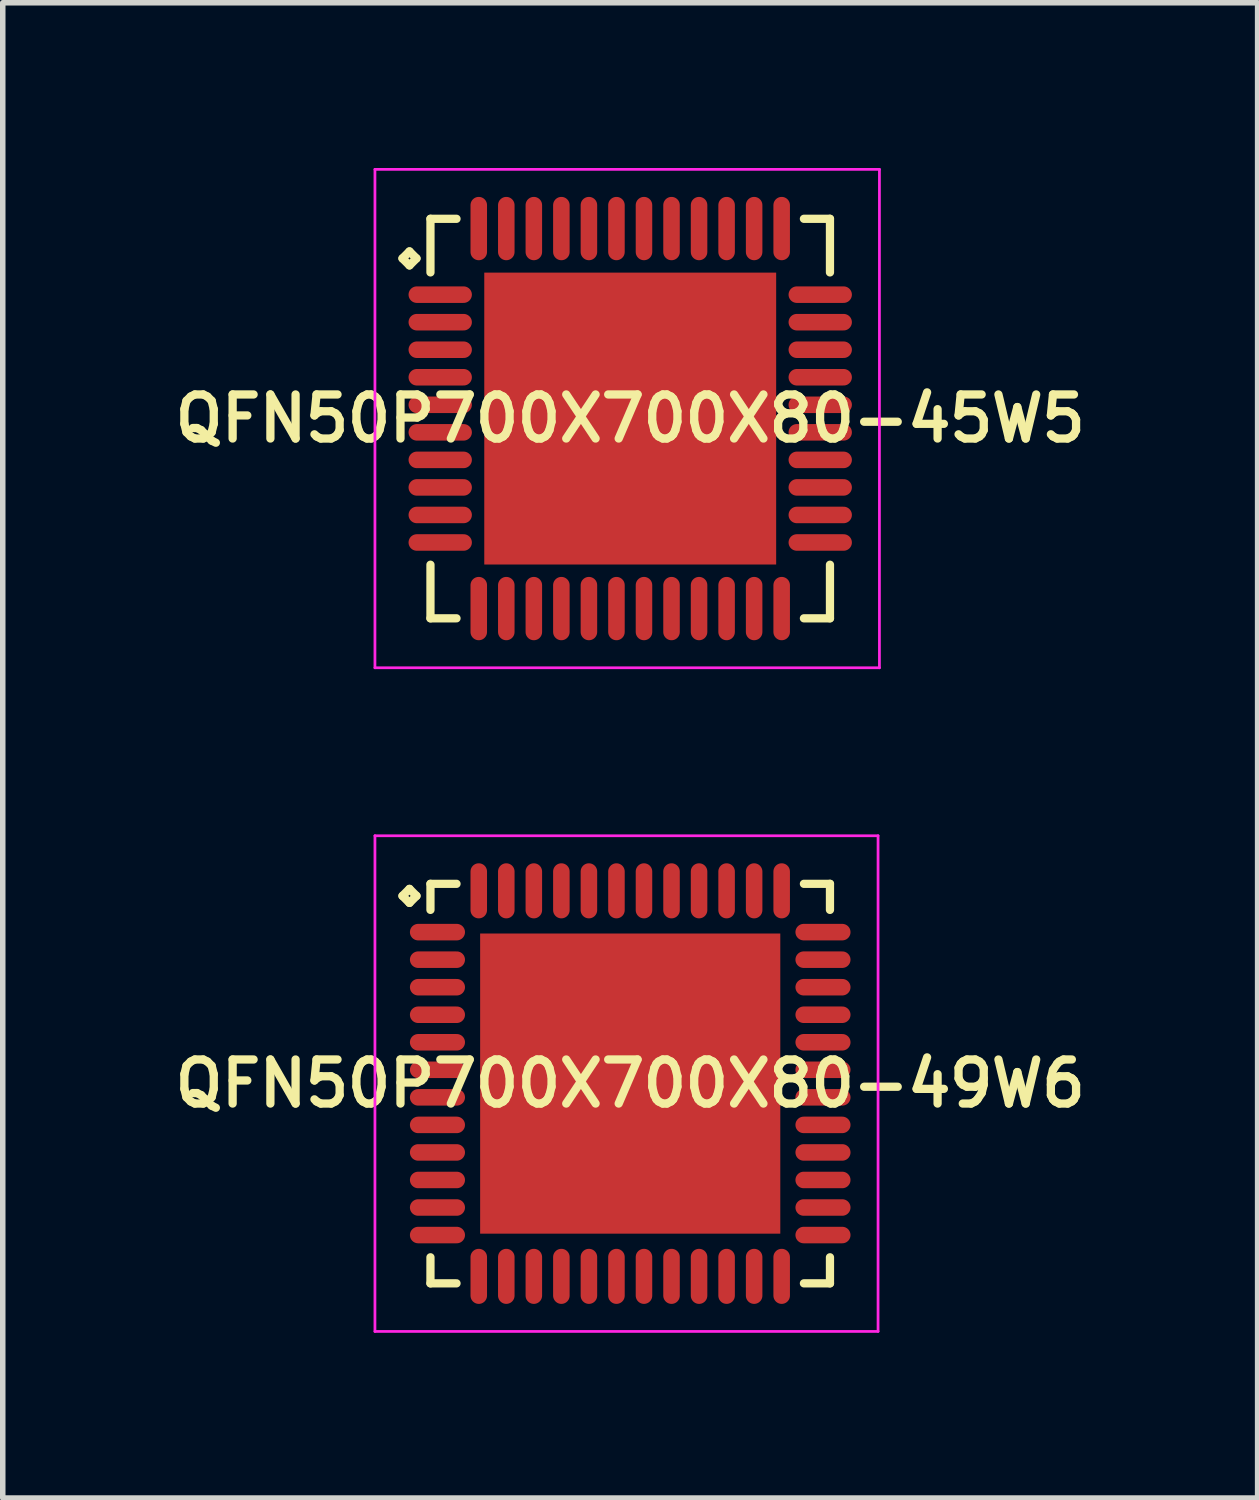
<source format=kicad_pcb>
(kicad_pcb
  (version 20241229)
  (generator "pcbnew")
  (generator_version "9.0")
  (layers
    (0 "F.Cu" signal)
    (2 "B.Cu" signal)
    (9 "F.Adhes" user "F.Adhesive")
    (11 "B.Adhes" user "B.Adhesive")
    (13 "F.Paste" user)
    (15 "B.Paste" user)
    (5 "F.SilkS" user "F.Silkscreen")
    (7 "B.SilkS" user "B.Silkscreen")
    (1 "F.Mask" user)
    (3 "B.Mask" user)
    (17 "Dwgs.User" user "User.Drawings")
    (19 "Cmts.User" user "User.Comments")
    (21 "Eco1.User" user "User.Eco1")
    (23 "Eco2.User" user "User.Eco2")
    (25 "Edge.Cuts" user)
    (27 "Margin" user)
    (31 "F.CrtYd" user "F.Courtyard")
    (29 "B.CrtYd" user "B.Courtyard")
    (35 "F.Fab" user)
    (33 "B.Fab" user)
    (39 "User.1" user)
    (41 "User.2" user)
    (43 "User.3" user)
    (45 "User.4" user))
  (footprint "QFN50P700X700X80-45W5"
    (layer "F.Cu")
    (at 8.393 4.55)
    (property "Reference" "QFN50P700X700X80-45W5" (at 0 0 0) (layer "F.SilkS") (effects (font (size 0.8 0.8) (thickness 0.15))))
    (attr smd)
    (fp_line (start -4.135 -2.908) (end -4.008 -3.035) (stroke (width 0.15) (type solid)) (layer "F.SilkS"))
    (fp_line (start -4.008 -3.035) (end -3.881 -2.908) (stroke (width 0.15) (type solid)) (layer "F.SilkS"))
    (fp_line (start -4.008 -2.781) (end -4.135 -2.908) (stroke (width 0.15) (type solid)) (layer "F.SilkS"))
    (fp_line (start -3.881 -2.908) (end -4.008 -2.781) (stroke (width 0.15) (type solid)) (layer "F.SilkS"))
    (fp_line (start -3.627 -3.627) (end -3.154 -3.627) (stroke (width 0.15) (type solid)) (layer "F.SilkS"))
    (fp_line (start -3.627 -2.654) (end -3.627 -3.627) (stroke (width 0.15) (type solid)) (layer "F.SilkS"))
    (fp_line (start -3.627 2.654) (end -3.627 3.627) (stroke (width 0.15) (type solid)) (layer "F.SilkS"))
    (fp_line (start -3.627 3.627) (end -3.154 3.627) (stroke (width 0.15) (type solid)) (layer "F.SilkS"))
    (fp_line (start 3.154 -3.627) (end 3.627 -3.627) (stroke (width 0.15) (type solid)) (layer "F.SilkS"))
    (fp_line (start 3.154 3.627) (end 3.627 3.627) (stroke (width 0.15) (type solid)) (layer "F.SilkS"))
    (fp_line (start 3.627 -3.627) (end 3.627 -2.654) (stroke (width 0.15) (type solid)) (layer "F.SilkS"))
    (fp_line (start 3.627 3.627) (end 3.627 2.654) (stroke (width 0.15) (type solid)) (layer "F.SilkS"))
    (fp_line (start -4.635 -4.525) (end 4.525 -4.525) (stroke (width 0.05) (type solid)) (layer "F.CrtYd"))
    (fp_line (start -4.635 4.525) (end -4.635 -4.525) (stroke (width 0.05) (type solid)) (layer "F.CrtYd"))
    (fp_line (start 4.525 -4.525) (end 4.525 4.525) (stroke (width 0.05) (type solid)) (layer "F.CrtYd"))
    (fp_line (start 4.525 4.525) (end -4.635 4.525) (stroke (width 0.05) (type solid)) (layer "F.CrtYd"))
    (pad "1" smd oval (at -3.45 -2.25) (size 1.15 0.3) (layers "F.Cu" "F.Mask" "F.Paste"))
    (pad "2" smd oval (at -3.45 -1.75) (size 1.15 0.3) (layers "F.Cu" "F.Mask" "F.Paste"))
    (pad "3" smd oval (at -3.45 -1.25) (size 1.15 0.3) (layers "F.Cu" "F.Mask" "F.Paste"))
    (pad "4" smd oval (at -3.45 -0.75) (size 1.15 0.3) (layers "F.Cu" "F.Mask" "F.Paste"))
    (pad "5" smd oval (at -3.45 -0.25) (size 1.15 0.3) (layers "F.Cu" "F.Mask" "F.Paste"))
    (pad "6" smd oval (at -3.45 0.25) (size 1.15 0.3) (layers "F.Cu" "F.Mask" "F.Paste"))
    (pad "7" smd oval (at -3.45 0.75) (size 1.15 0.3) (layers "F.Cu" "F.Mask" "F.Paste"))
    (pad "8" smd oval (at -3.45 1.25) (size 1.15 0.3) (layers "F.Cu" "F.Mask" "F.Paste"))
    (pad "9" smd oval (at -3.45 1.75) (size 1.15 0.3) (layers "F.Cu" "F.Mask" "F.Paste"))
    (pad "10" smd oval (at -3.45 2.25) (size 1.15 0.3) (layers "F.Cu" "F.Mask" "F.Paste"))
    (pad "11" smd oval (at -2.75 3.45) (size 0.3 1.15) (layers "F.Cu" "F.Mask" "F.Paste"))
    (pad "12" smd oval (at -2.25 3.45) (size 0.3 1.15) (layers "F.Cu" "F.Mask" "F.Paste"))
    (pad "13" smd oval (at -1.75 3.45) (size 0.3 1.15) (layers "F.Cu" "F.Mask" "F.Paste"))
    (pad "14" smd oval (at -1.25 3.45) (size 0.3 1.15) (layers "F.Cu" "F.Mask" "F.Paste"))
    (pad "15" smd oval (at -0.75 3.45) (size 0.3 1.15) (layers "F.Cu" "F.Mask" "F.Paste"))
    (pad "16" smd oval (at -0.25 3.45) (size 0.3 1.15) (layers "F.Cu" "F.Mask" "F.Paste"))
    (pad "17" smd oval (at 0.25 3.45) (size 0.3 1.15) (layers "F.Cu" "F.Mask" "F.Paste"))
    (pad "18" smd oval (at 0.75 3.45) (size 0.3 1.15) (layers "F.Cu" "F.Mask" "F.Paste"))
    (pad "19" smd oval (at 1.25 3.45) (size 0.3 1.15) (layers "F.Cu" "F.Mask" "F.Paste"))
    (pad "20" smd oval (at 1.75 3.45) (size 0.3 1.15) (layers "F.Cu" "F.Mask" "F.Paste"))
    (pad "21" smd oval (at 2.25 3.45) (size 0.3 1.15) (layers "F.Cu" "F.Mask" "F.Paste"))
    (pad "22" smd oval (at 2.75 3.45) (size 0.3 1.15) (layers "F.Cu" "F.Mask" "F.Paste"))
    (pad "23" smd oval (at 3.45 2.25) (size 1.15 0.3) (layers "F.Cu" "F.Mask" "F.Paste"))
    (pad "24" smd oval (at 3.45 1.75) (size 1.15 0.3) (layers "F.Cu" "F.Mask" "F.Paste"))
    (pad "25" smd oval (at 3.45 1.25) (size 1.15 0.3) (layers "F.Cu" "F.Mask" "F.Paste"))
    (pad "26" smd oval (at 3.45 0.75) (size 1.15 0.3) (layers "F.Cu" "F.Mask" "F.Paste"))
    (pad "27" smd oval (at 3.45 0.25) (size 1.15 0.3) (layers "F.Cu" "F.Mask" "F.Paste"))
    (pad "28" smd oval (at 3.45 -0.25) (size 1.15 0.3) (layers "F.Cu" "F.Mask" "F.Paste"))
    (pad "29" smd oval (at 3.45 -0.75) (size 1.15 0.3) (layers "F.Cu" "F.Mask" "F.Paste"))
    (pad "30" smd oval (at 3.45 -1.25) (size 1.15 0.3) (layers "F.Cu" "F.Mask" "F.Paste"))
    (pad "31" smd oval (at 3.45 -1.75) (size 1.15 0.3) (layers "F.Cu" "F.Mask" "F.Paste"))
    (pad "32" smd oval (at 3.45 -2.25) (size 1.15 0.3) (layers "F.Cu" "F.Mask" "F.Paste"))
    (pad "33" smd oval (at 2.75 -3.45) (size 0.3 1.15) (layers "F.Cu" "F.Mask" "F.Paste"))
    (pad "34" smd oval (at 2.25 -3.45) (size 0.3 1.15) (layers "F.Cu" "F.Mask" "F.Paste"))
    (pad "35" smd oval (at 1.75 -3.45) (size 0.3 1.15) (layers "F.Cu" "F.Mask" "F.Paste"))
    (pad "36" smd oval (at 1.25 -3.45) (size 0.3 1.15) (layers "F.Cu" "F.Mask" "F.Paste"))
    (pad "37" smd oval (at 0.75 -3.45) (size 0.3 1.15) (layers "F.Cu" "F.Mask" "F.Paste"))
    (pad "38" smd oval (at 0.25 -3.45) (size 0.3 1.15) (layers "F.Cu" "F.Mask" "F.Paste"))
    (pad "39" smd oval (at -0.25 -3.45) (size 0.3 1.15) (layers "F.Cu" "F.Mask" "F.Paste"))
    (pad "40" smd oval (at -0.75 -3.45) (size 0.3 1.15) (layers "F.Cu" "F.Mask" "F.Paste"))
    (pad "41" smd oval (at -1.25 -3.45) (size 0.3 1.15) (layers "F.Cu" "F.Mask" "F.Paste"))
    (pad "42" smd oval (at -1.75 -3.45) (size 0.3 1.15) (layers "F.Cu" "F.Mask" "F.Paste"))
    (pad "43" smd oval (at -2.25 -3.45) (size 0.3 1.15) (layers "F.Cu" "F.Mask" "F.Paste"))
    (pad "44" smd oval (at -2.75 -3.45) (size 0.3 1.15) (layers "F.Cu" "F.Mask" "F.Paste"))
    (pad "45" smd rect (at 0 0) (size 5.3 5.3) (layers "F.Cu" "F.Mask" "F.Paste")))
  (footprint "QFN50P700X700X80-49W6"
    (layer "F.Cu")
    (at 8.393 16.625)
    (property "Reference" "QFN50P700X700X80-49W6" (at 0 0 0) (layer "F.SilkS") (effects (font (size 0.8 0.8) (thickness 0.15))))
    (attr smd)
    (fp_line (start -4.135 -3.408) (end -4.008 -3.535) (stroke (width 0.15) (type solid)) (layer "F.SilkS"))
    (fp_line (start -4.008 -3.535) (end -3.881 -3.408) (stroke (width 0.15) (type solid)) (layer "F.SilkS"))
    (fp_line (start -4.008 -3.281) (end -4.135 -3.408) (stroke (width 0.15) (type solid)) (layer "F.SilkS"))
    (fp_line (start -3.881 -3.408) (end -4.008 -3.281) (stroke (width 0.15) (type solid)) (layer "F.SilkS"))
    (fp_line (start -3.627 -3.627) (end -3.154 -3.627) (stroke (width 0.15) (type solid)) (layer "F.SilkS"))
    (fp_line (start -3.627 -3.154) (end -3.627 -3.627) (stroke (width 0.15) (type solid)) (layer "F.SilkS"))
    (fp_line (start -3.627 3.154) (end -3.627 3.627) (stroke (width 0.15) (type solid)) (layer "F.SilkS"))
    (fp_line (start -3.627 3.627) (end -3.154 3.627) (stroke (width 0.15) (type solid)) (layer "F.SilkS"))
    (fp_line (start 3.154 -3.627) (end 3.627 -3.627) (stroke (width 0.15) (type solid)) (layer "F.SilkS"))
    (fp_line (start 3.154 3.627) (end 3.627 3.627) (stroke (width 0.15) (type solid)) (layer "F.SilkS"))
    (fp_line (start 3.627 -3.627) (end 3.627 -3.154) (stroke (width 0.15) (type solid)) (layer "F.SilkS"))
    (fp_line (start 3.627 3.627) (end 3.627 3.154) (stroke (width 0.15) (type solid)) (layer "F.SilkS"))
    (fp_line (start -4.635 -4.5) (end 4.5 -4.5) (stroke (width 0.05) (type solid)) (layer "F.CrtYd"))
    (fp_line (start -4.635 4.5) (end -4.635 -4.5) (stroke (width 0.05) (type solid)) (layer "F.CrtYd"))
    (fp_line (start 4.5 -4.5) (end 4.5 4.5) (stroke (width 0.05) (type solid)) (layer "F.CrtYd"))
    (fp_line (start 4.5 4.5) (end -4.635 4.5) (stroke (width 0.05) (type solid)) (layer "F.CrtYd"))
    (pad "1" smd oval (at -3.5 -2.75) (size 1 0.3) (layers "F.Cu" "F.Mask" "F.Paste"))
    (pad "2" smd oval (at -3.5 -2.25) (size 1 0.3) (layers "F.Cu" "F.Mask" "F.Paste"))
    (pad "3" smd oval (at -3.5 -1.75) (size 1 0.3) (layers "F.Cu" "F.Mask" "F.Paste"))
    (pad "4" smd oval (at -3.5 -1.25) (size 1 0.3) (layers "F.Cu" "F.Mask" "F.Paste"))
    (pad "5" smd oval (at -3.5 -0.75) (size 1 0.3) (layers "F.Cu" "F.Mask" "F.Paste"))
    (pad "6" smd oval (at -3.5 -0.25) (size 1 0.3) (layers "F.Cu" "F.Mask" "F.Paste"))
    (pad "7" smd oval (at -3.5 0.25) (size 1 0.3) (layers "F.Cu" "F.Mask" "F.Paste"))
    (pad "8" smd oval (at -3.5 0.75) (size 1 0.3) (layers "F.Cu" "F.Mask" "F.Paste"))
    (pad "9" smd oval (at -3.5 1.25) (size 1 0.3) (layers "F.Cu" "F.Mask" "F.Paste"))
    (pad "10" smd oval (at -3.5 1.75) (size 1 0.3) (layers "F.Cu" "F.Mask" "F.Paste"))
    (pad "11" smd oval (at -3.5 2.25) (size 1 0.3) (layers "F.Cu" "F.Mask" "F.Paste"))
    (pad "12" smd oval (at -3.5 2.75) (size 1 0.3) (layers "F.Cu" "F.Mask" "F.Paste"))
    (pad "13" smd oval (at -2.75 3.5) (size 0.3 1) (layers "F.Cu" "F.Mask" "F.Paste"))
    (pad "14" smd oval (at -2.25 3.5) (size 0.3 1) (layers "F.Cu" "F.Mask" "F.Paste"))
    (pad "15" smd oval (at -1.75 3.5) (size 0.3 1) (layers "F.Cu" "F.Mask" "F.Paste"))
    (pad "16" smd oval (at -1.25 3.5) (size 0.3 1) (layers "F.Cu" "F.Mask" "F.Paste"))
    (pad "17" smd oval (at -0.75 3.5) (size 0.3 1) (layers "F.Cu" "F.Mask" "F.Paste"))
    (pad "18" smd oval (at -0.25 3.5) (size 0.3 1) (layers "F.Cu" "F.Mask" "F.Paste"))
    (pad "19" smd oval (at 0.25 3.5) (size 0.3 1) (layers "F.Cu" "F.Mask" "F.Paste"))
    (pad "20" smd oval (at 0.75 3.5) (size 0.3 1) (layers "F.Cu" "F.Mask" "F.Paste"))
    (pad "21" smd oval (at 1.25 3.5) (size 0.3 1) (layers "F.Cu" "F.Mask" "F.Paste"))
    (pad "22" smd oval (at 1.75 3.5) (size 0.3 1) (layers "F.Cu" "F.Mask" "F.Paste"))
    (pad "23" smd oval (at 2.25 3.5) (size 0.3 1) (layers "F.Cu" "F.Mask" "F.Paste"))
    (pad "24" smd oval (at 2.75 3.5) (size 0.3 1) (layers "F.Cu" "F.Mask" "F.Paste"))
    (pad "25" smd oval (at 3.5 2.75) (size 1 0.3) (layers "F.Cu" "F.Mask" "F.Paste"))
    (pad "26" smd oval (at 3.5 2.25) (size 1 0.3) (layers "F.Cu" "F.Mask" "F.Paste"))
    (pad "27" smd oval (at 3.5 1.75) (size 1 0.3) (layers "F.Cu" "F.Mask" "F.Paste"))
    (pad "28" smd oval (at 3.5 1.25) (size 1 0.3) (layers "F.Cu" "F.Mask" "F.Paste"))
    (pad "29" smd oval (at 3.5 0.75) (size 1 0.3) (layers "F.Cu" "F.Mask" "F.Paste"))
    (pad "30" smd oval (at 3.5 0.25) (size 1 0.3) (layers "F.Cu" "F.Mask" "F.Paste"))
    (pad "31" smd oval (at 3.5 -0.25) (size 1 0.3) (layers "F.Cu" "F.Mask" "F.Paste"))
    (pad "32" smd oval (at 3.5 -0.75) (size 1 0.3) (layers "F.Cu" "F.Mask" "F.Paste"))
    (pad "33" smd oval (at 3.5 -1.25) (size 1 0.3) (layers "F.Cu" "F.Mask" "F.Paste"))
    (pad "34" smd oval (at 3.5 -1.75) (size 1 0.3) (layers "F.Cu" "F.Mask" "F.Paste"))
    (pad "35" smd oval (at 3.5 -2.25) (size 1 0.3) (layers "F.Cu" "F.Mask" "F.Paste"))
    (pad "36" smd oval (at 3.5 -2.75) (size 1 0.3) (layers "F.Cu" "F.Mask" "F.Paste"))
    (pad "37" smd oval (at 2.75 -3.5) (size 0.3 1) (layers "F.Cu" "F.Mask" "F.Paste"))
    (pad "38" smd oval (at 2.25 -3.5) (size 0.3 1) (layers "F.Cu" "F.Mask" "F.Paste"))
    (pad "39" smd oval (at 1.75 -3.5) (size 0.3 1) (layers "F.Cu" "F.Mask" "F.Paste"))
    (pad "40" smd oval (at 1.25 -3.5) (size 0.3 1) (layers "F.Cu" "F.Mask" "F.Paste"))
    (pad "41" smd oval (at 0.75 -3.5) (size 0.3 1) (layers "F.Cu" "F.Mask" "F.Paste"))
    (pad "42" smd oval (at 0.25 -3.5) (size 0.3 1) (layers "F.Cu" "F.Mask" "F.Paste"))
    (pad "43" smd oval (at -0.25 -3.5) (size 0.3 1) (layers "F.Cu" "F.Mask" "F.Paste"))
    (pad "44" smd oval (at -0.75 -3.5) (size 0.3 1) (layers "F.Cu" "F.Mask" "F.Paste"))
    (pad "45" smd oval (at -1.25 -3.5) (size 0.3 1) (layers "F.Cu" "F.Mask" "F.Paste"))
    (pad "46" smd oval (at -1.75 -3.5) (size 0.3 1) (layers "F.Cu" "F.Mask" "F.Paste"))
    (pad "47" smd oval (at -2.25 -3.5) (size 0.3 1) (layers "F.Cu" "F.Mask" "F.Paste"))
    (pad "48" smd oval (at -2.75 -3.5) (size 0.3 1) (layers "F.Cu" "F.Mask" "F.Paste"))
    (pad "49" smd rect (at 0 0) (size 5.45 5.45) (layers "F.Cu" "F.Mask" "F.Paste")))
  (gr_rect
    (start -3 -3)
    (end 19.785 24.15)
    (stroke (width 0.1) (type default))
    (fill no)
    (layer "Edge.Cuts")))
</source>
